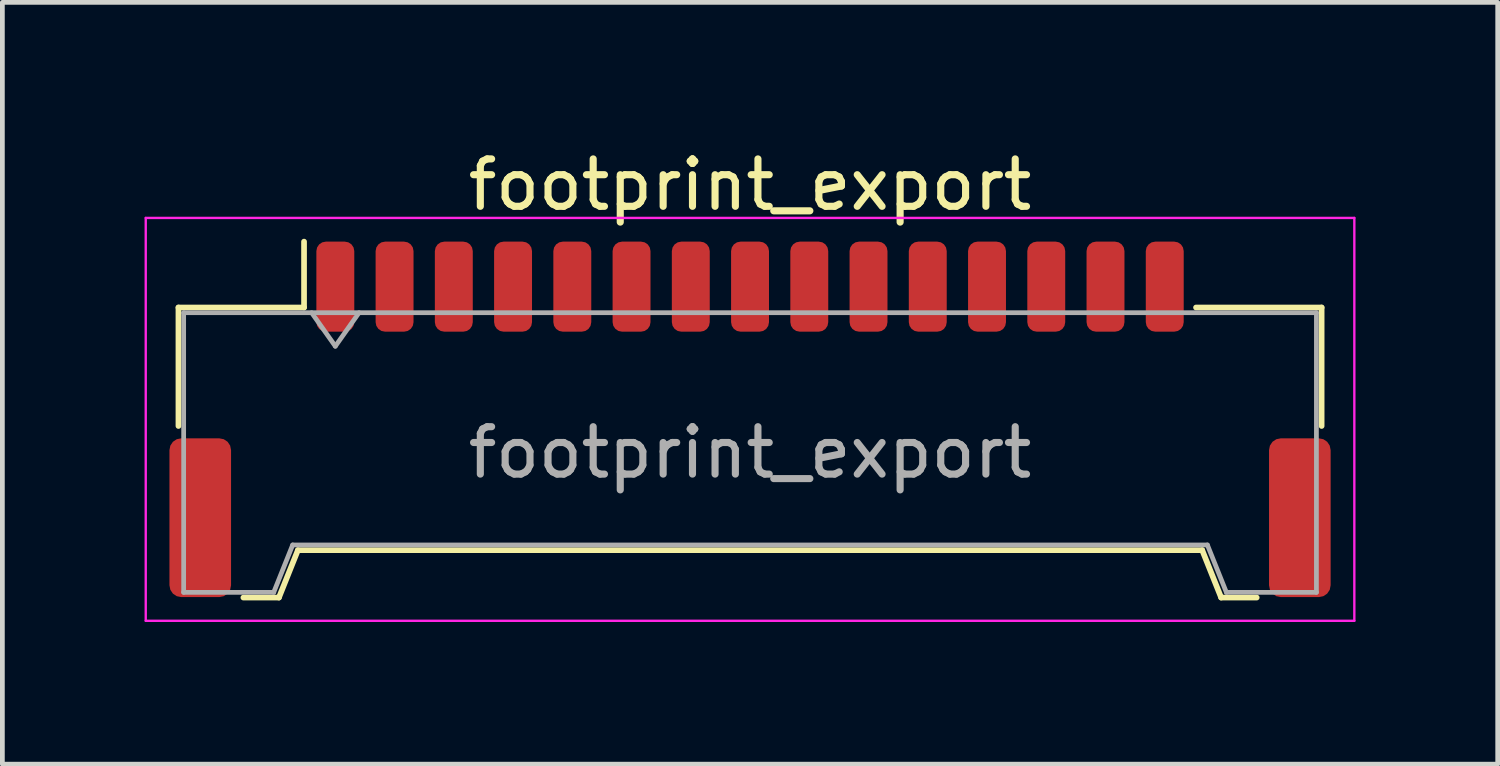
<source format=kicad_pcb>
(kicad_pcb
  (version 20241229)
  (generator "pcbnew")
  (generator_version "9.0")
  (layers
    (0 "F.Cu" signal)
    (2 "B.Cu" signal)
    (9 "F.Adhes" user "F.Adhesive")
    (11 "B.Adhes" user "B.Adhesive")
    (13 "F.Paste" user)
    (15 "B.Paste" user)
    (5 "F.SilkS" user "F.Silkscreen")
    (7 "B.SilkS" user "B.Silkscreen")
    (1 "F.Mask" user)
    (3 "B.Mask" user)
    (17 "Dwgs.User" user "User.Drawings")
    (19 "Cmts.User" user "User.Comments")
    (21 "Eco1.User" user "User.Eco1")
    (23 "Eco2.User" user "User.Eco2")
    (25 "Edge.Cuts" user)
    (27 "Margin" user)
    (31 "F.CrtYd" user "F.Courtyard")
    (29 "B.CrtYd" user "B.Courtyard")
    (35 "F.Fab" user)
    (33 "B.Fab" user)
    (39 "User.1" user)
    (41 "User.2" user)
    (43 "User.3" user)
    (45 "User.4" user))
  (footprint "footprint_export"
    (layer "F.Cu")
    (at 12.775 5.798)
    (property "Reference" "footprint_export" (at 0 -4.95 0) (layer "F.SilkS") (effects (font (size 1 1) (thickness 0.15))))
    (attr smd)
    (fp_line (start -12.06 -2.36) (end -9.41 -2.36) (stroke (width 0.12) (type solid)) (layer "F.SilkS"))
    (fp_line (start -12.06 0.14) (end -12.06 -2.36) (stroke (width 0.12) (type solid)) (layer "F.SilkS"))
    (fp_line (start -10.69 3.76) (end -9.94 3.76) (stroke (width 0.12) (type solid)) (layer "F.SilkS"))
    (fp_line (start -9.94 3.76) (end -9.54 2.76) (stroke (width 0.12) (type solid)) (layer "F.SilkS"))
    (fp_line (start -9.54 2.76) (end 9.54 2.76) (stroke (width 0.12) (type solid)) (layer "F.SilkS"))
    (fp_line (start -9.41 -2.36) (end -9.41 -3.75) (stroke (width 0.12) (type solid)) (layer "F.SilkS"))
    (fp_line (start 9.54 2.76) (end 9.94 3.76) (stroke (width 0.12) (type solid)) (layer "F.SilkS"))
    (fp_line (start 9.94 3.76) (end 10.69 3.76) (stroke (width 0.12) (type solid)) (layer "F.SilkS"))
    (fp_line (start 12.06 -2.36) (end 9.41 -2.36) (stroke (width 0.12) (type solid)) (layer "F.SilkS"))
    (fp_line (start 12.06 0.14) (end 12.06 -2.36) (stroke (width 0.12) (type solid)) (layer "F.SilkS"))
    (fp_line (start -12.75 -4.25) (end -12.75 4.25) (stroke (width 0.05) (type solid)) (layer "F.CrtYd"))
    (fp_line (start -12.75 4.25) (end 12.75 4.25) (stroke (width 0.05) (type solid)) (layer "F.CrtYd"))
    (fp_line (start 12.75 -4.25) (end -12.75 -4.25) (stroke (width 0.05) (type solid)) (layer "F.CrtYd"))
    (fp_line (start 12.75 4.25) (end 12.75 -4.25) (stroke (width 0.05) (type solid)) (layer "F.CrtYd"))
    (fp_line (start -11.95 -2.25) (end -11.95 3.65) (stroke (width 0.1) (type solid)) (layer "F.Fab"))
    (fp_line (start -11.95 -2.25) (end 11.95 -2.25) (stroke (width 0.1) (type solid)) (layer "F.Fab"))
    (fp_line (start -11.95 3.65) (end -10.05 3.65) (stroke (width 0.1) (type solid)) (layer "F.Fab"))
    (fp_line (start -10.05 3.65) (end -9.65 2.65) (stroke (width 0.1) (type solid)) (layer "F.Fab"))
    (fp_line (start -9.65 2.65) (end 9.65 2.65) (stroke (width 0.1) (type solid)) (layer "F.Fab"))
    (fp_line (start -9.25 -2.25) (end -8.75 -1.543) (stroke (width 0.1) (type solid)) (layer "F.Fab"))
    (fp_line (start -8.75 -1.543) (end -8.25 -2.25) (stroke (width 0.1) (type solid)) (layer "F.Fab"))
    (fp_line (start 9.65 2.65) (end 10.05 3.65) (stroke (width 0.1) (type solid)) (layer "F.Fab"))
    (fp_line (start 10.05 3.65) (end 11.95 3.65) (stroke (width 0.1) (type solid)) (layer "F.Fab"))
    (fp_line (start 11.95 -2.25) (end 11.95 3.65) (stroke (width 0.1) (type solid)) (layer "F.Fab"))
    (fp_text user "${REFERENCE}" (at 0 0.7 0) (layer "F.Fab") (effects (font (size 1 1) (thickness 0.15))))
    (pad "1" smd roundrect (at -8.75 -2.8) (size 0.8 1.9) (layers "F.Cu" "F.Mask" "F.Paste") (roundrect_rratio 0.25))
    (pad "2" smd roundrect (at -7.5 -2.8) (size 0.8 1.9) (layers "F.Cu" "F.Mask" "F.Paste") (roundrect_rratio 0.25))
    (pad "3" smd roundrect (at -6.25 -2.8) (size 0.8 1.9) (layers "F.Cu" "F.Mask" "F.Paste") (roundrect_rratio 0.25))
    (pad "4" smd roundrect (at -5 -2.8) (size 0.8 1.9) (layers "F.Cu" "F.Mask" "F.Paste") (roundrect_rratio 0.25))
    (pad "5" smd roundrect (at -3.75 -2.8) (size 0.8 1.9) (layers "F.Cu" "F.Mask" "F.Paste") (roundrect_rratio 0.25))
    (pad "6" smd roundrect (at -2.5 -2.8) (size 0.8 1.9) (layers "F.Cu" "F.Mask" "F.Paste") (roundrect_rratio 0.25))
    (pad "7" smd roundrect (at -1.25 -2.8) (size 0.8 1.9) (layers "F.Cu" "F.Mask" "F.Paste") (roundrect_rratio 0.25))
    (pad "8" smd roundrect (at 0 -2.8) (size 0.8 1.9) (layers "F.Cu" "F.Mask" "F.Paste") (roundrect_rratio 0.25))
    (pad "9" smd roundrect (at 1.25 -2.8) (size 0.8 1.9) (layers "F.Cu" "F.Mask" "F.Paste") (roundrect_rratio 0.25))
    (pad "10" smd roundrect (at 2.5 -2.8) (size 0.8 1.9) (layers "F.Cu" "F.Mask" "F.Paste") (roundrect_rratio 0.25))
    (pad "11" smd roundrect (at 3.75 -2.8) (size 0.8 1.9) (layers "F.Cu" "F.Mask" "F.Paste") (roundrect_rratio 0.25))
    (pad "12" smd roundrect (at 5 -2.8) (size 0.8 1.9) (layers "F.Cu" "F.Mask" "F.Paste") (roundrect_rratio 0.25))
    (pad "13" smd roundrect (at 6.25 -2.8) (size 0.8 1.9) (layers "F.Cu" "F.Mask" "F.Paste") (roundrect_rratio 0.25))
    (pad "14" smd roundrect (at 7.5 -2.8) (size 0.8 1.9) (layers "F.Cu" "F.Mask" "F.Paste") (roundrect_rratio 0.25))
    (pad "15" smd roundrect (at 8.75 -2.8) (size 0.8 1.9) (layers "F.Cu" "F.Mask" "F.Paste") (roundrect_rratio 0.25))
    (pad "MP" smd roundrect (at -11.6 2.075) (size 1.3 3.35) (layers "F.Cu" "F.Mask" "F.Paste") (roundrect_rratio 0.192))
    (pad "MP" smd roundrect (at 11.6 2.075) (size 1.3 3.35) (layers "F.Cu" "F.Mask" "F.Paste") (roundrect_rratio 0.192)))
  (gr_rect
    (start -3 -3)
    (end 28.55 13.073)
    (stroke (width 0.1) (type default))
    (fill no)
    (layer "Edge.Cuts")))
</source>
